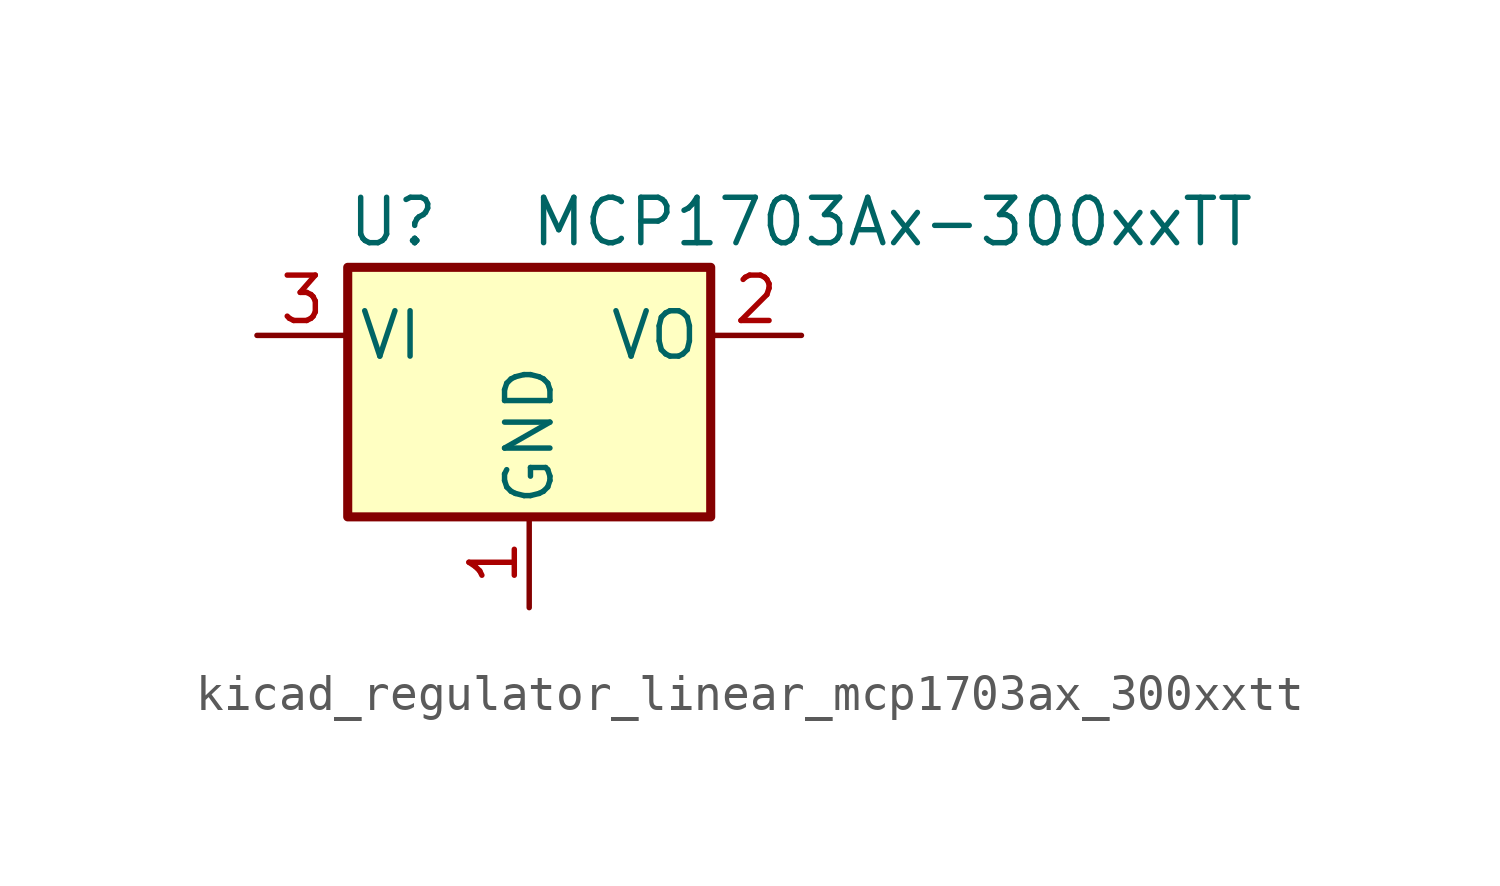
<source format=kicad_sym>
(kicad_symbol_lib
  (version 20220914)
  (generator kicad_symbol_editor)
  (symbol "kicad_regulator_linear_mcp1703ax_300xxtt"
    (pin_names
      (offset 0.254))
    (property "Reference" "U"
      (at -3.81 3.175 0)
      (effects (font (size 1.27 1.27))))
    (property "Value" "MCP1703Ax-300xxTT"
      (at 0 3.175 0)
      (effects (font (size 1.27 1.27)) (justify left)))
    (symbol "kicad_regulator_linear_mcp1703ax_300xxtt_0_1"
      (rectangle (start -5.08 -5.08) (end 5.08 1.905) (stroke (width 0.254) (type default)) (fill (type background))))
    (symbol "kicad_regulator_linear_mcp1703ax_300xxtt_1_1"
      (pin power_in line (at 0 -7.62 90) (length 2.54) (name "GND" (effects (font (size 1.27 1.27)))) (number "1" (effects (font (size 1.27 1.27)))))
      (pin power_out line (at 7.62 0 180) (length 2.54) (name "VO" (effects (font (size 1.27 1.27)))) (number "2" (effects (font (size 1.27 1.27)))))
      (pin power_in line (at -7.62 0 0) (length 2.54) (name "VI" (effects (font (size 1.27 1.27)))) (number "3" (effects (font (size 1.27 1.27))))))))
</source>
